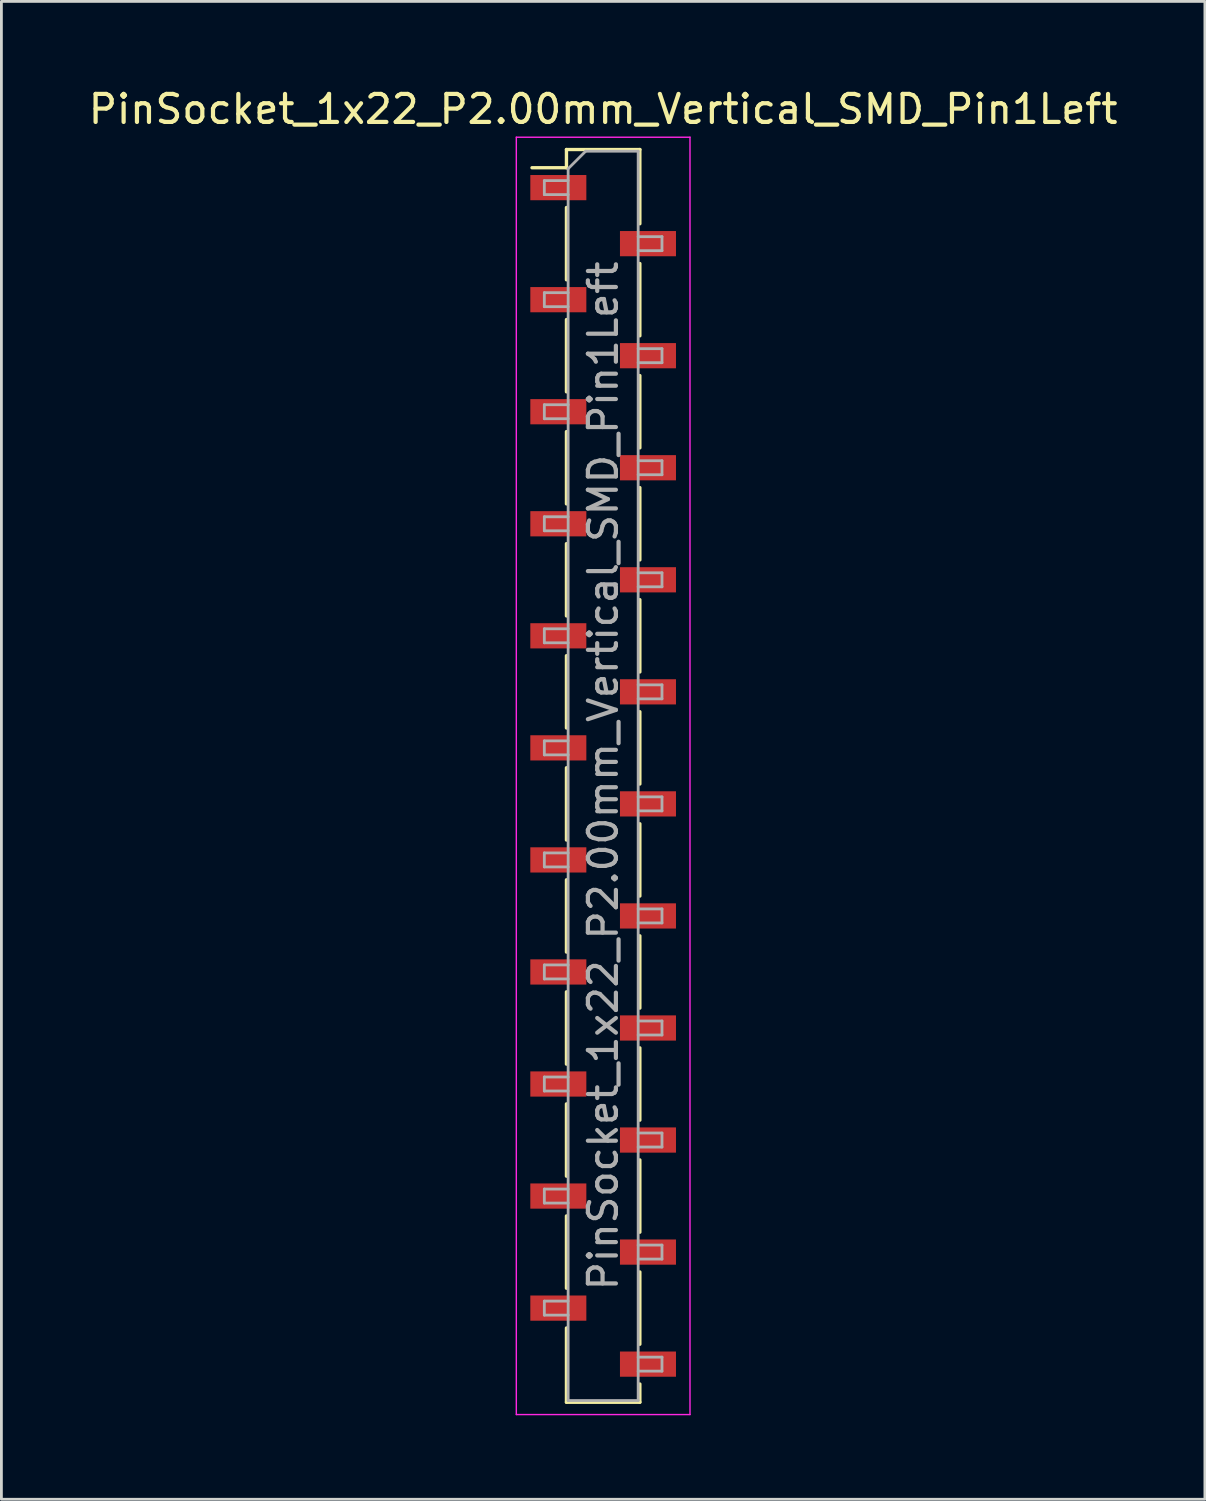
<source format=kicad_pcb>
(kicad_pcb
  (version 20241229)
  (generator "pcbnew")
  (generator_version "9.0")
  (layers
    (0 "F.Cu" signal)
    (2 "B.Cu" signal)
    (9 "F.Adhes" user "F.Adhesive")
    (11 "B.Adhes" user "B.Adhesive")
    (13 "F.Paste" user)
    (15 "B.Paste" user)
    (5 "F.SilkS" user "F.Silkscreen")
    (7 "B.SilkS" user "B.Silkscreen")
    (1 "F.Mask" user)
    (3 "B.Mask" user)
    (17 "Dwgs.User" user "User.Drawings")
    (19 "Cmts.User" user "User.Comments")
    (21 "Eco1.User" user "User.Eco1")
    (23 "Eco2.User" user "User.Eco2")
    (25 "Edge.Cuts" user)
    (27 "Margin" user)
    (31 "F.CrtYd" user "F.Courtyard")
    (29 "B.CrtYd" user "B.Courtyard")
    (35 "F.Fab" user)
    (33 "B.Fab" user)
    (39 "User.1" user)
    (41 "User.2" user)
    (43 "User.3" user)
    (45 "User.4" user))
  (footprint "PinSocket_1x22_P2.00mm_Vertical_SMD_Pin1Left"
    (layer "F.Cu")
    (at 18.482 24.648)
    (property "Reference" "PinSocket_1x22_P2.00mm_Vertical_SMD_Pin1Left" (at 0 -23.8 0) (layer "F.SilkS") (effects (font (size 1 1) (thickness 0.15))))
    (attr smd)
    (fp_line (start -2.54 -21.71) (end -1.31 -21.71) (stroke (width 0.12) (type solid)) (layer "F.SilkS"))
    (fp_line (start -1.31 -22.36) (end -1.31 -21.71) (stroke (width 0.12) (type solid)) (layer "F.SilkS"))
    (fp_line (start -1.31 -22.36) (end 1.31 -22.36) (stroke (width 0.12) (type solid)) (layer "F.SilkS"))
    (fp_line (start -1.31 -20.29) (end -1.31 -17.71) (stroke (width 0.12) (type solid)) (layer "F.SilkS"))
    (fp_line (start -1.31 -16.29) (end -1.31 -13.71) (stroke (width 0.12) (type solid)) (layer "F.SilkS"))
    (fp_line (start -1.31 -12.29) (end -1.31 -9.71) (stroke (width 0.12) (type solid)) (layer "F.SilkS"))
    (fp_line (start -1.31 -8.29) (end -1.31 -5.71) (stroke (width 0.12) (type solid)) (layer "F.SilkS"))
    (fp_line (start -1.31 -4.29) (end -1.31 -1.71) (stroke (width 0.12) (type solid)) (layer "F.SilkS"))
    (fp_line (start -1.31 -0.29) (end -1.31 2.29) (stroke (width 0.12) (type solid)) (layer "F.SilkS"))
    (fp_line (start -1.31 3.71) (end -1.31 6.29) (stroke (width 0.12) (type solid)) (layer "F.SilkS"))
    (fp_line (start -1.31 7.71) (end -1.31 10.29) (stroke (width 0.12) (type solid)) (layer "F.SilkS"))
    (fp_line (start -1.31 11.71) (end -1.31 14.29) (stroke (width 0.12) (type solid)) (layer "F.SilkS"))
    (fp_line (start -1.31 15.71) (end -1.31 18.29) (stroke (width 0.12) (type solid)) (layer "F.SilkS"))
    (fp_line (start -1.31 19.71) (end -1.31 22.36) (stroke (width 0.12) (type solid)) (layer "F.SilkS"))
    (fp_line (start -1.31 22.36) (end 1.31 22.36) (stroke (width 0.12) (type solid)) (layer "F.SilkS"))
    (fp_line (start 1.31 -22.36) (end 1.31 -19.71) (stroke (width 0.12) (type solid)) (layer "F.SilkS"))
    (fp_line (start 1.31 -18.29) (end 1.31 -15.71) (stroke (width 0.12) (type solid)) (layer "F.SilkS"))
    (fp_line (start 1.31 -14.29) (end 1.31 -11.71) (stroke (width 0.12) (type solid)) (layer "F.SilkS"))
    (fp_line (start 1.31 -10.29) (end 1.31 -7.71) (stroke (width 0.12) (type solid)) (layer "F.SilkS"))
    (fp_line (start 1.31 -6.29) (end 1.31 -3.71) (stroke (width 0.12) (type solid)) (layer "F.SilkS"))
    (fp_line (start 1.31 -2.29) (end 1.31 0.29) (stroke (width 0.12) (type solid)) (layer "F.SilkS"))
    (fp_line (start 1.31 1.71) (end 1.31 4.29) (stroke (width 0.12) (type solid)) (layer "F.SilkS"))
    (fp_line (start 1.31 5.71) (end 1.31 8.29) (stroke (width 0.12) (type solid)) (layer "F.SilkS"))
    (fp_line (start 1.31 9.71) (end 1.31 12.29) (stroke (width 0.12) (type solid)) (layer "F.SilkS"))
    (fp_line (start 1.31 13.71) (end 1.31 16.29) (stroke (width 0.12) (type solid)) (layer "F.SilkS"))
    (fp_line (start 1.31 17.71) (end 1.31 20.29) (stroke (width 0.12) (type solid)) (layer "F.SilkS"))
    (fp_line (start 1.31 21.71) (end 1.31 22.36) (stroke (width 0.12) (type solid)) (layer "F.SilkS"))
    (fp_line (start -3.1 -22.8) (end 3.1 -22.8) (stroke (width 0.05) (type solid)) (layer "F.CrtYd"))
    (fp_line (start -3.1 22.8) (end -3.1 -22.8) (stroke (width 0.05) (type solid)) (layer "F.CrtYd"))
    (fp_line (start 3.1 -22.8) (end 3.1 22.8) (stroke (width 0.05) (type solid)) (layer "F.CrtYd"))
    (fp_line (start 3.1 22.8) (end -3.1 22.8) (stroke (width 0.05) (type solid)) (layer "F.CrtYd"))
    (fp_line (start -2.1 -21.25) (end -1.25 -21.25) (stroke (width 0.1) (type solid)) (layer "F.Fab"))
    (fp_line (start -2.1 -20.75) (end -2.1 -21.25) (stroke (width 0.1) (type solid)) (layer "F.Fab"))
    (fp_line (start -2.1 -17.25) (end -1.25 -17.25) (stroke (width 0.1) (type solid)) (layer "F.Fab"))
    (fp_line (start -2.1 -16.75) (end -2.1 -17.25) (stroke (width 0.1) (type solid)) (layer "F.Fab"))
    (fp_line (start -2.1 -13.25) (end -1.25 -13.25) (stroke (width 0.1) (type solid)) (layer "F.Fab"))
    (fp_line (start -2.1 -12.75) (end -2.1 -13.25) (stroke (width 0.1) (type solid)) (layer "F.Fab"))
    (fp_line (start -2.1 -9.25) (end -1.25 -9.25) (stroke (width 0.1) (type solid)) (layer "F.Fab"))
    (fp_line (start -2.1 -8.75) (end -2.1 -9.25) (stroke (width 0.1) (type solid)) (layer "F.Fab"))
    (fp_line (start -2.1 -5.25) (end -1.25 -5.25) (stroke (width 0.1) (type solid)) (layer "F.Fab"))
    (fp_line (start -2.1 -4.75) (end -2.1 -5.25) (stroke (width 0.1) (type solid)) (layer "F.Fab"))
    (fp_line (start -2.1 -1.25) (end -1.25 -1.25) (stroke (width 0.1) (type solid)) (layer "F.Fab"))
    (fp_line (start -2.1 -0.75) (end -2.1 -1.25) (stroke (width 0.1) (type solid)) (layer "F.Fab"))
    (fp_line (start -2.1 2.75) (end -1.25 2.75) (stroke (width 0.1) (type solid)) (layer "F.Fab"))
    (fp_line (start -2.1 3.25) (end -2.1 2.75) (stroke (width 0.1) (type solid)) (layer "F.Fab"))
    (fp_line (start -2.1 6.75) (end -1.25 6.75) (stroke (width 0.1) (type solid)) (layer "F.Fab"))
    (fp_line (start -2.1 7.25) (end -2.1 6.75) (stroke (width 0.1) (type solid)) (layer "F.Fab"))
    (fp_line (start -2.1 10.75) (end -1.25 10.75) (stroke (width 0.1) (type solid)) (layer "F.Fab"))
    (fp_line (start -2.1 11.25) (end -2.1 10.75) (stroke (width 0.1) (type solid)) (layer "F.Fab"))
    (fp_line (start -2.1 14.75) (end -1.25 14.75) (stroke (width 0.1) (type solid)) (layer "F.Fab"))
    (fp_line (start -2.1 15.25) (end -2.1 14.75) (stroke (width 0.1) (type solid)) (layer "F.Fab"))
    (fp_line (start -2.1 18.75) (end -1.25 18.75) (stroke (width 0.1) (type solid)) (layer "F.Fab"))
    (fp_line (start -2.1 19.25) (end -2.1 18.75) (stroke (width 0.1) (type solid)) (layer "F.Fab"))
    (fp_line (start -1.25 -21.675) (end -0.625 -22.3) (stroke (width 0.1) (type solid)) (layer "F.Fab"))
    (fp_line (start -1.25 -20.75) (end -2.1 -20.75) (stroke (width 0.1) (type solid)) (layer "F.Fab"))
    (fp_line (start -1.25 -16.75) (end -2.1 -16.75) (stroke (width 0.1) (type solid)) (layer "F.Fab"))
    (fp_line (start -1.25 -12.75) (end -2.1 -12.75) (stroke (width 0.1) (type solid)) (layer "F.Fab"))
    (fp_line (start -1.25 -8.75) (end -2.1 -8.75) (stroke (width 0.1) (type solid)) (layer "F.Fab"))
    (fp_line (start -1.25 -4.75) (end -2.1 -4.75) (stroke (width 0.1) (type solid)) (layer "F.Fab"))
    (fp_line (start -1.25 -0.75) (end -2.1 -0.75) (stroke (width 0.1) (type solid)) (layer "F.Fab"))
    (fp_line (start -1.25 3.25) (end -2.1 3.25) (stroke (width 0.1) (type solid)) (layer "F.Fab"))
    (fp_line (start -1.25 7.25) (end -2.1 7.25) (stroke (width 0.1) (type solid)) (layer "F.Fab"))
    (fp_line (start -1.25 11.25) (end -2.1 11.25) (stroke (width 0.1) (type solid)) (layer "F.Fab"))
    (fp_line (start -1.25 15.25) (end -2.1 15.25) (stroke (width 0.1) (type solid)) (layer "F.Fab"))
    (fp_line (start -1.25 19.25) (end -2.1 19.25) (stroke (width 0.1) (type solid)) (layer "F.Fab"))
    (fp_line (start -1.25 22.3) (end -1.25 -21.675) (stroke (width 0.1) (type solid)) (layer "F.Fab"))
    (fp_line (start -0.625 -22.3) (end 1.25 -22.3) (stroke (width 0.1) (type solid)) (layer "F.Fab"))
    (fp_line (start 1.25 -22.3) (end 1.25 22.3) (stroke (width 0.1) (type solid)) (layer "F.Fab"))
    (fp_line (start 1.25 -19.25) (end 2.1 -19.25) (stroke (width 0.1) (type solid)) (layer "F.Fab"))
    (fp_line (start 1.25 -15.25) (end 2.1 -15.25) (stroke (width 0.1) (type solid)) (layer "F.Fab"))
    (fp_line (start 1.25 -11.25) (end 2.1 -11.25) (stroke (width 0.1) (type solid)) (layer "F.Fab"))
    (fp_line (start 1.25 -7.25) (end 2.1 -7.25) (stroke (width 0.1) (type solid)) (layer "F.Fab"))
    (fp_line (start 1.25 -3.25) (end 2.1 -3.25) (stroke (width 0.1) (type solid)) (layer "F.Fab"))
    (fp_line (start 1.25 0.75) (end 2.1 0.75) (stroke (width 0.1) (type solid)) (layer "F.Fab"))
    (fp_line (start 1.25 4.75) (end 2.1 4.75) (stroke (width 0.1) (type solid)) (layer "F.Fab"))
    (fp_line (start 1.25 8.75) (end 2.1 8.75) (stroke (width 0.1) (type solid)) (layer "F.Fab"))
    (fp_line (start 1.25 12.75) (end 2.1 12.75) (stroke (width 0.1) (type solid)) (layer "F.Fab"))
    (fp_line (start 1.25 16.75) (end 2.1 16.75) (stroke (width 0.1) (type solid)) (layer "F.Fab"))
    (fp_line (start 1.25 20.75) (end 2.1 20.75) (stroke (width 0.1) (type solid)) (layer "F.Fab"))
    (fp_line (start 1.25 22.3) (end -1.25 22.3) (stroke (width 0.1) (type solid)) (layer "F.Fab"))
    (fp_line (start 2.1 -19.25) (end 2.1 -18.75) (stroke (width 0.1) (type solid)) (layer "F.Fab"))
    (fp_line (start 2.1 -18.75) (end 1.25 -18.75) (stroke (width 0.1) (type solid)) (layer "F.Fab"))
    (fp_line (start 2.1 -15.25) (end 2.1 -14.75) (stroke (width 0.1) (type solid)) (layer "F.Fab"))
    (fp_line (start 2.1 -14.75) (end 1.25 -14.75) (stroke (width 0.1) (type solid)) (layer "F.Fab"))
    (fp_line (start 2.1 -11.25) (end 2.1 -10.75) (stroke (width 0.1) (type solid)) (layer "F.Fab"))
    (fp_line (start 2.1 -10.75) (end 1.25 -10.75) (stroke (width 0.1) (type solid)) (layer "F.Fab"))
    (fp_line (start 2.1 -7.25) (end 2.1 -6.75) (stroke (width 0.1) (type solid)) (layer "F.Fab"))
    (fp_line (start 2.1 -6.75) (end 1.25 -6.75) (stroke (width 0.1) (type solid)) (layer "F.Fab"))
    (fp_line (start 2.1 -3.25) (end 2.1 -2.75) (stroke (width 0.1) (type solid)) (layer "F.Fab"))
    (fp_line (start 2.1 -2.75) (end 1.25 -2.75) (stroke (width 0.1) (type solid)) (layer "F.Fab"))
    (fp_line (start 2.1 0.75) (end 2.1 1.25) (stroke (width 0.1) (type solid)) (layer "F.Fab"))
    (fp_line (start 2.1 1.25) (end 1.25 1.25) (stroke (width 0.1) (type solid)) (layer "F.Fab"))
    (fp_line (start 2.1 4.75) (end 2.1 5.25) (stroke (width 0.1) (type solid)) (layer "F.Fab"))
    (fp_line (start 2.1 5.25) (end 1.25 5.25) (stroke (width 0.1) (type solid)) (layer "F.Fab"))
    (fp_line (start 2.1 8.75) (end 2.1 9.25) (stroke (width 0.1) (type solid)) (layer "F.Fab"))
    (fp_line (start 2.1 9.25) (end 1.25 9.25) (stroke (width 0.1) (type solid)) (layer "F.Fab"))
    (fp_line (start 2.1 12.75) (end 2.1 13.25) (stroke (width 0.1) (type solid)) (layer "F.Fab"))
    (fp_line (start 2.1 13.25) (end 1.25 13.25) (stroke (width 0.1) (type solid)) (layer "F.Fab"))
    (fp_line (start 2.1 16.75) (end 2.1 17.25) (stroke (width 0.1) (type solid)) (layer "F.Fab"))
    (fp_line (start 2.1 17.25) (end 1.25 17.25) (stroke (width 0.1) (type solid)) (layer "F.Fab"))
    (fp_line (start 2.1 20.75) (end 2.1 21.25) (stroke (width 0.1) (type solid)) (layer "F.Fab"))
    (fp_line (start 2.1 21.25) (end 1.25 21.25) (stroke (width 0.1) (type solid)) (layer "F.Fab"))
    (fp_text user "${REFERENCE}" (at 0 0 90) (layer "F.Fab") (effects (font (size 1 1) (thickness 0.15))))
    (pad "1" smd rect (at -1.6 -21) (size 2 0.9) (layers "F.Cu" "F.Mask" "F.Paste"))
    (pad "2" smd rect (at 1.6 -19) (size 2 0.9) (layers "F.Cu" "F.Mask" "F.Paste"))
    (pad "3" smd rect (at -1.6 -17) (size 2 0.9) (layers "F.Cu" "F.Mask" "F.Paste"))
    (pad "4" smd rect (at 1.6 -15) (size 2 0.9) (layers "F.Cu" "F.Mask" "F.Paste"))
    (pad "5" smd rect (at -1.6 -13) (size 2 0.9) (layers "F.Cu" "F.Mask" "F.Paste"))
    (pad "6" smd rect (at 1.6 -11) (size 2 0.9) (layers "F.Cu" "F.Mask" "F.Paste"))
    (pad "7" smd rect (at -1.6 -9) (size 2 0.9) (layers "F.Cu" "F.Mask" "F.Paste"))
    (pad "8" smd rect (at 1.6 -7) (size 2 0.9) (layers "F.Cu" "F.Mask" "F.Paste"))
    (pad "9" smd rect (at -1.6 -5) (size 2 0.9) (layers "F.Cu" "F.Mask" "F.Paste"))
    (pad "10" smd rect (at 1.6 -3) (size 2 0.9) (layers "F.Cu" "F.Mask" "F.Paste"))
    (pad "11" smd rect (at -1.6 -1) (size 2 0.9) (layers "F.Cu" "F.Mask" "F.Paste"))
    (pad "12" smd rect (at 1.6 1) (size 2 0.9) (layers "F.Cu" "F.Mask" "F.Paste"))
    (pad "13" smd rect (at -1.6 3) (size 2 0.9) (layers "F.Cu" "F.Mask" "F.Paste"))
    (pad "14" smd rect (at 1.6 5) (size 2 0.9) (layers "F.Cu" "F.Mask" "F.Paste"))
    (pad "15" smd rect (at -1.6 7) (size 2 0.9) (layers "F.Cu" "F.Mask" "F.Paste"))
    (pad "16" smd rect (at 1.6 9) (size 2 0.9) (layers "F.Cu" "F.Mask" "F.Paste"))
    (pad "17" smd rect (at -1.6 11) (size 2 0.9) (layers "F.Cu" "F.Mask" "F.Paste"))
    (pad "18" smd rect (at 1.6 13) (size 2 0.9) (layers "F.Cu" "F.Mask" "F.Paste"))
    (pad "19" smd rect (at -1.6 15) (size 2 0.9) (layers "F.Cu" "F.Mask" "F.Paste"))
    (pad "20" smd rect (at 1.6 17) (size 2 0.9) (layers "F.Cu" "F.Mask" "F.Paste"))
    (pad "21" smd rect (at -1.6 19) (size 2 0.9) (layers "F.Cu" "F.Mask" "F.Paste"))
    (pad "22" smd rect (at 1.6 21) (size 2 0.9) (layers "F.Cu" "F.Mask" "F.Paste")))
  (gr_rect
    (start -3 -3)
    (end 39.964 50.473)
    (stroke (width 0.1) (type default))
    (fill no)
    (layer "Edge.Cuts")))
</source>
